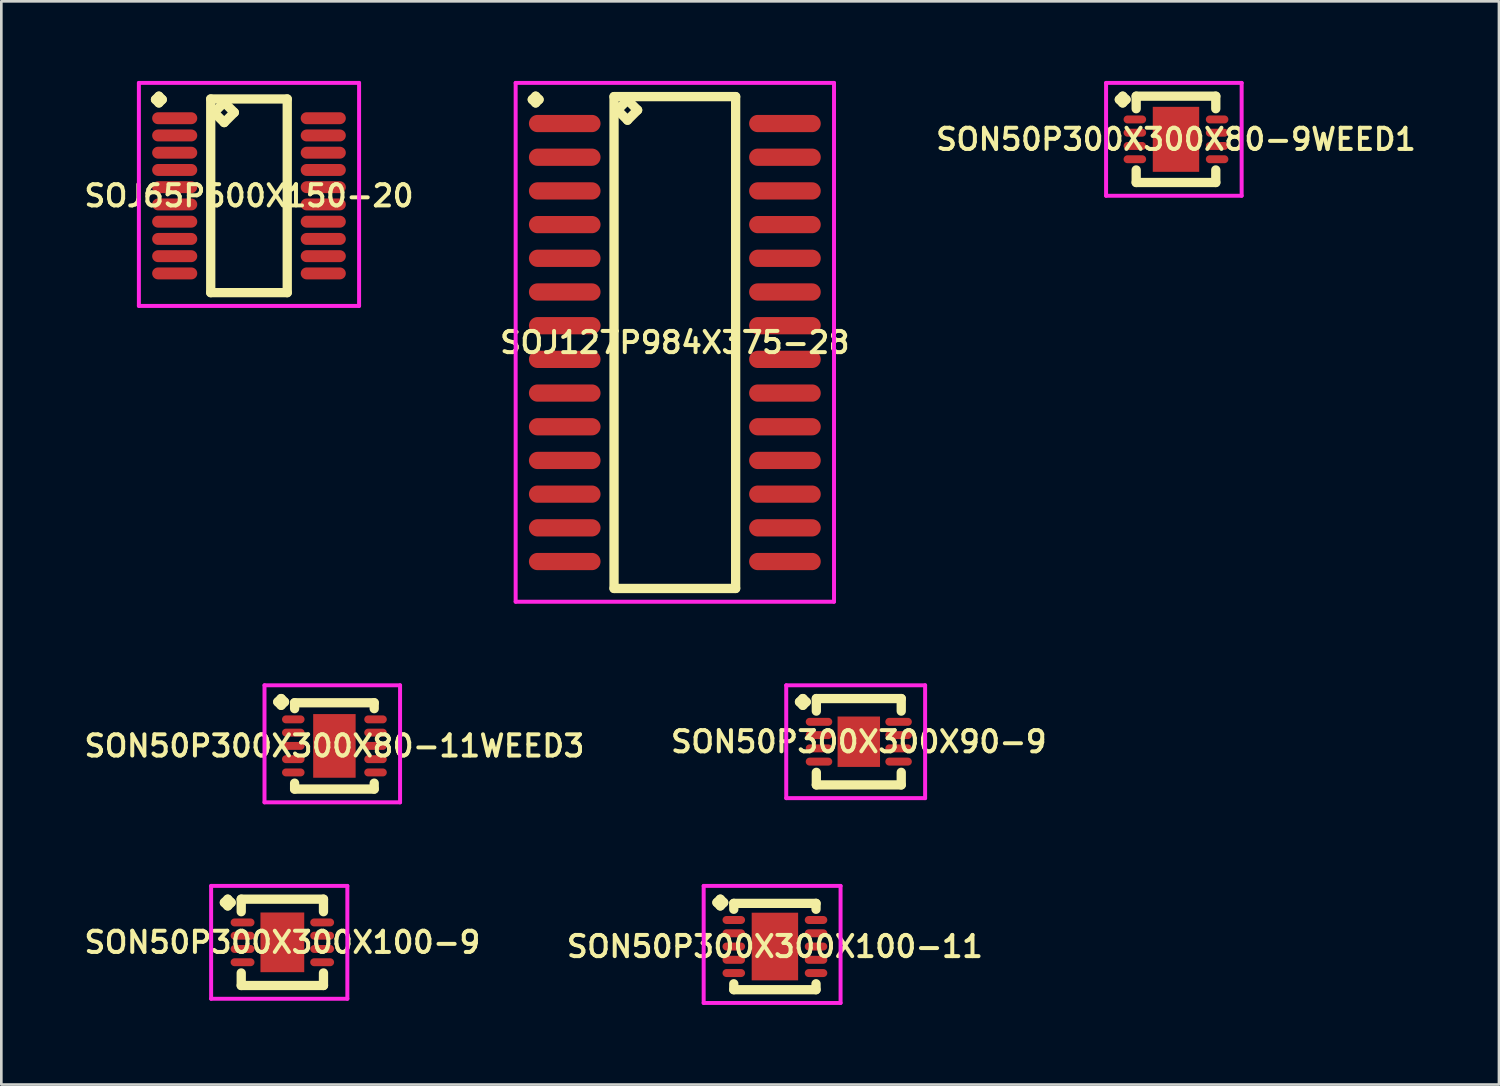
<source format=kicad_pcb>
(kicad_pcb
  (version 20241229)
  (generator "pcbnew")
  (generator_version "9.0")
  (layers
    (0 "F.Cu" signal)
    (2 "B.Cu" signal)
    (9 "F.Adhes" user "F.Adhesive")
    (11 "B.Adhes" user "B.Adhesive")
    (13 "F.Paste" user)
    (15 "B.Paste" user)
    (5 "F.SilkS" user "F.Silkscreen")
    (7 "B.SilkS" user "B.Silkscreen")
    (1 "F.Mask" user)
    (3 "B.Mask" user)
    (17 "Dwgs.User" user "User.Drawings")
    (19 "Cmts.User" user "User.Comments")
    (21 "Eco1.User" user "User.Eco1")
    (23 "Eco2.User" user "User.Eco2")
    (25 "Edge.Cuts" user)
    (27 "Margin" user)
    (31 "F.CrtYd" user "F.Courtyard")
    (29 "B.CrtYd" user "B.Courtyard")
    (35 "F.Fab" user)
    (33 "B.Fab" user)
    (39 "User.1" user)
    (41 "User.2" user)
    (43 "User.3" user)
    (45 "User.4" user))
  (footprint "SON50P300X300X100-11"
    (layer "F.Cu")
    (at 26.159 32.628)
    (property "Reference" "SON50P300X300X100-11" (at 0 0 0) (layer "F.SilkS") (effects (font (size 0.8 0.8) (thickness 0.15))))
    (attr smd)
    (fp_line (start -2.185 -1.658) (end -2.058 -1.785) (stroke (width 0.35) (type solid)) (layer "F.SilkS"))
    (fp_line (start -2.058 -1.785) (end -1.931 -1.658) (stroke (width 0.35) (type solid)) (layer "F.SilkS"))
    (fp_line (start -2.058 -1.531) (end -2.185 -1.658) (stroke (width 0.35) (type solid)) (layer "F.SilkS"))
    (fp_line (start -1.931 -1.658) (end -2.058 -1.531) (stroke (width 0.35) (type solid)) (layer "F.SilkS"))
    (fp_line (start -1.55 -1.627) (end 1.55 -1.627) (stroke (width 0.35) (type solid)) (layer "F.SilkS"))
    (fp_line (start -1.55 -1.404) (end -1.55 -1.627) (stroke (width 0.35) (type solid)) (layer "F.SilkS"))
    (fp_line (start -1.55 1.404) (end -1.55 1.627) (stroke (width 0.35) (type solid)) (layer "F.SilkS"))
    (fp_line (start -1.55 1.627) (end 1.55 1.627) (stroke (width 0.35) (type solid)) (layer "F.SilkS"))
    (fp_line (start 1.55 -1.627) (end 1.55 -1.404) (stroke (width 0.35) (type solid)) (layer "F.SilkS"))
    (fp_line (start 1.55 1.627) (end 1.55 1.404) (stroke (width 0.35) (type solid)) (layer "F.SilkS"))
    (fp_line (start -2.685 -2.285) (end 2.475 -2.285) (stroke (width 0.15) (type solid)) (layer "F.CrtYd"))
    (fp_line (start -2.685 2.127) (end -2.685 -2.285) (stroke (width 0.15) (type solid)) (layer "F.CrtYd"))
    (fp_line (start 2.475 -2.285) (end 2.475 2.127) (stroke (width 0.15) (type solid)) (layer "F.CrtYd"))
    (fp_line (start 2.475 2.127) (end -2.685 2.127) (stroke (width 0.15) (type solid)) (layer "F.CrtYd"))
    (pad "1" smd oval (at -1.55 -1) (size 0.85 0.3) (layers "F.Cu" "F.Mask" "F.Paste"))
    (pad "2" smd oval (at -1.55 -0.5) (size 0.85 0.3) (layers "F.Cu" "F.Mask" "F.Paste"))
    (pad "3" smd oval (at -1.55 0) (size 0.85 0.3) (layers "F.Cu" "F.Mask" "F.Paste"))
    (pad "4" smd oval (at -1.55 0.5) (size 0.85 0.3) (layers "F.Cu" "F.Mask" "F.Paste"))
    (pad "5" smd oval (at -1.55 1) (size 0.85 0.3) (layers "F.Cu" "F.Mask" "F.Paste"))
    (pad "6" smd oval (at 1.55 1) (size 0.85 0.3) (layers "F.Cu" "F.Mask" "F.Paste"))
    (pad "7" smd oval (at 1.55 0.5) (size 0.85 0.3) (layers "F.Cu" "F.Mask" "F.Paste"))
    (pad "8" smd oval (at 1.55 0) (size 0.85 0.3) (layers "F.Cu" "F.Mask" "F.Paste"))
    (pad "9" smd oval (at 1.55 -0.5) (size 0.85 0.3) (layers "F.Cu" "F.Mask" "F.Paste"))
    (pad "10" smd oval (at 1.55 -1) (size 0.85 0.3) (layers "F.Cu" "F.Mask" "F.Paste"))
    (pad "11" smd rect (at 0 0) (size 1.75 2.55) (layers "F.Cu" "F.Mask" "F.Paste")))
  (footprint "SON50P300X300X90-9"
    (layer "F.Cu")
    (at 29.321 24.908)
    (property "Reference" "SON50P300X300X90-9" (at 0 0 0) (layer "F.SilkS") (effects (font (size 0.8 0.8) (thickness 0.15))))
    (attr smd)
    (fp_line (start -2.235 -1.5) (end -2.108 -1.627) (stroke (width 0.35) (type solid)) (layer "F.SilkS"))
    (fp_line (start -2.108 -1.627) (end -1.981 -1.5) (stroke (width 0.35) (type solid)) (layer "F.SilkS"))
    (fp_line (start -2.108 -1.373) (end -2.235 -1.5) (stroke (width 0.35) (type solid)) (layer "F.SilkS"))
    (fp_line (start -1.981 -1.5) (end -2.108 -1.373) (stroke (width 0.35) (type solid)) (layer "F.SilkS"))
    (fp_line (start -1.6 -1.627) (end 1.6 -1.627) (stroke (width 0.35) (type solid)) (layer "F.SilkS"))
    (fp_line (start -1.6 -1.154) (end -1.6 -1.627) (stroke (width 0.35) (type solid)) (layer "F.SilkS"))
    (fp_line (start -1.6 1.154) (end -1.6 1.627) (stroke (width 0.35) (type solid)) (layer "F.SilkS"))
    (fp_line (start -1.6 1.627) (end 1.6 1.627) (stroke (width 0.35) (type solid)) (layer "F.SilkS"))
    (fp_line (start 1.6 -1.627) (end 1.6 -1.154) (stroke (width 0.35) (type solid)) (layer "F.SilkS"))
    (fp_line (start 1.6 1.627) (end 1.6 1.154) (stroke (width 0.35) (type solid)) (layer "F.SilkS"))
    (fp_line (start -2.735 -2.127) (end 2.5 -2.127) (stroke (width 0.15) (type solid)) (layer "F.CrtYd"))
    (fp_line (start -2.735 2.127) (end -2.735 -2.127) (stroke (width 0.15) (type solid)) (layer "F.CrtYd"))
    (fp_line (start 2.5 -2.127) (end 2.5 2.127) (stroke (width 0.15) (type solid)) (layer "F.CrtYd"))
    (fp_line (start 2.5 2.127) (end -2.735 2.127) (stroke (width 0.15) (type solid)) (layer "F.CrtYd"))
    (pad "1" smd oval (at -1.5 -0.75) (size 1 0.3) (layers "F.Cu" "F.Mask" "F.Paste"))
    (pad "2" smd oval (at -1.5 -0.25) (size 1 0.3) (layers "F.Cu" "F.Mask" "F.Paste"))
    (pad "3" smd oval (at -1.5 0.25) (size 1 0.3) (layers "F.Cu" "F.Mask" "F.Paste"))
    (pad "4" smd oval (at -1.5 0.75) (size 1 0.3) (layers "F.Cu" "F.Mask" "F.Paste"))
    (pad "5" smd oval (at 1.5 0.75) (size 1 0.3) (layers "F.Cu" "F.Mask" "F.Paste"))
    (pad "6" smd oval (at 1.5 0.25) (size 1 0.3) (layers "F.Cu" "F.Mask" "F.Paste"))
    (pad "7" smd oval (at 1.5 -0.25) (size 1 0.3) (layers "F.Cu" "F.Mask" "F.Paste"))
    (pad "8" smd oval (at 1.5 -0.75) (size 1 0.3) (layers "F.Cu" "F.Mask" "F.Paste"))
    (pad "9" smd rect (at 0 0) (size 1.6 1.9) (layers "F.Cu" "F.Mask" "F.Paste")))
  (footprint "SON50P300X300X80-9WEED1"
    (layer "F.Cu")
    (at 41.277 2.202)
    (property "Reference" "SON50P300X300X80-9WEED1" (at 0 0 0) (layer "F.SilkS") (effects (font (size 0.8 0.8) (thickness 0.15))))
    (attr smd)
    (fp_line (start -2.135 -1.5) (end -2.008 -1.627) (stroke (width 0.35) (type solid)) (layer "F.SilkS"))
    (fp_line (start -2.008 -1.627) (end -1.881 -1.5) (stroke (width 0.35) (type solid)) (layer "F.SilkS"))
    (fp_line (start -2.008 -1.373) (end -2.135 -1.5) (stroke (width 0.35) (type solid)) (layer "F.SilkS"))
    (fp_line (start -1.881 -1.5) (end -2.008 -1.373) (stroke (width 0.35) (type solid)) (layer "F.SilkS"))
    (fp_line (start -1.5 -1.627) (end 1.5 -1.627) (stroke (width 0.35) (type solid)) (layer "F.SilkS"))
    (fp_line (start -1.5 -1.154) (end -1.5 -1.627) (stroke (width 0.35) (type solid)) (layer "F.SilkS"))
    (fp_line (start -1.5 1.154) (end -1.5 1.627) (stroke (width 0.35) (type solid)) (layer "F.SilkS"))
    (fp_line (start -1.5 1.627) (end 1.5 1.627) (stroke (width 0.35) (type solid)) (layer "F.SilkS"))
    (fp_line (start 1.5 -1.627) (end 1.5 -1.154) (stroke (width 0.35) (type solid)) (layer "F.SilkS"))
    (fp_line (start 1.5 1.627) (end 1.5 1.154) (stroke (width 0.35) (type solid)) (layer "F.SilkS"))
    (fp_line (start -2.635 -2.127) (end 2.475 -2.127) (stroke (width 0.15) (type solid)) (layer "F.CrtYd"))
    (fp_line (start -2.635 2.127) (end -2.635 -2.127) (stroke (width 0.15) (type solid)) (layer "F.CrtYd"))
    (fp_line (start 2.475 -2.127) (end 2.475 2.127) (stroke (width 0.15) (type solid)) (layer "F.CrtYd"))
    (fp_line (start 2.475 2.127) (end -2.635 2.127) (stroke (width 0.15) (type solid)) (layer "F.CrtYd"))
    (pad "1" smd oval (at -1.55 -0.75) (size 0.85 0.3) (layers "F.Cu" "F.Mask" "F.Paste"))
    (pad "2" smd oval (at -1.55 -0.25) (size 0.85 0.3) (layers "F.Cu" "F.Mask" "F.Paste"))
    (pad "3" smd oval (at -1.55 0.25) (size 0.85 0.3) (layers "F.Cu" "F.Mask" "F.Paste"))
    (pad "4" smd oval (at -1.55 0.75) (size 0.85 0.3) (layers "F.Cu" "F.Mask" "F.Paste"))
    (pad "5" smd oval (at 1.55 0.75) (size 0.85 0.3) (layers "F.Cu" "F.Mask" "F.Paste"))
    (pad "6" smd oval (at 1.55 0.25) (size 0.85 0.3) (layers "F.Cu" "F.Mask" "F.Paste"))
    (pad "7" smd oval (at 1.55 -0.25) (size 0.85 0.3) (layers "F.Cu" "F.Mask" "F.Paste"))
    (pad "8" smd oval (at 1.55 -0.75) (size 0.85 0.3) (layers "F.Cu" "F.Mask" "F.Paste"))
    (pad "9" smd rect (at 0 0) (size 1.75 2.45) (layers "F.Cu" "F.Mask" "F.Paste")))
  (footprint "SON50P300X300X100-9"
    (layer "F.Cu")
    (at 7.593 32.47)
    (property "Reference" "SON50P300X300X100-9" (at 0 0 0) (layer "F.SilkS") (effects (font (size 0.8 0.8) (thickness 0.15))))
    (attr smd)
    (fp_line (start -2.185 -1.5) (end -2.058 -1.627) (stroke (width 0.35) (type solid)) (layer "F.SilkS"))
    (fp_line (start -2.058 -1.627) (end -1.931 -1.5) (stroke (width 0.35) (type solid)) (layer "F.SilkS"))
    (fp_line (start -2.058 -1.373) (end -2.185 -1.5) (stroke (width 0.35) (type solid)) (layer "F.SilkS"))
    (fp_line (start -1.931 -1.5) (end -2.058 -1.373) (stroke (width 0.35) (type solid)) (layer "F.SilkS"))
    (fp_line (start -1.55 -1.627) (end 1.55 -1.627) (stroke (width 0.35) (type solid)) (layer "F.SilkS"))
    (fp_line (start -1.55 -1.154) (end -1.55 -1.627) (stroke (width 0.35) (type solid)) (layer "F.SilkS"))
    (fp_line (start -1.55 1.154) (end -1.55 1.627) (stroke (width 0.35) (type solid)) (layer "F.SilkS"))
    (fp_line (start -1.55 1.627) (end 1.55 1.627) (stroke (width 0.35) (type solid)) (layer "F.SilkS"))
    (fp_line (start 1.55 -1.627) (end 1.55 -1.154) (stroke (width 0.35) (type solid)) (layer "F.SilkS"))
    (fp_line (start 1.55 1.627) (end 1.55 1.154) (stroke (width 0.35) (type solid)) (layer "F.SilkS"))
    (fp_line (start -2.685 -2.127) (end 2.45 -2.127) (stroke (width 0.15) (type solid)) (layer "F.CrtYd"))
    (fp_line (start -2.685 2.127) (end -2.685 -2.127) (stroke (width 0.15) (type solid)) (layer "F.CrtYd"))
    (fp_line (start 2.45 -2.127) (end 2.45 2.127) (stroke (width 0.15) (type solid)) (layer "F.CrtYd"))
    (fp_line (start 2.45 2.127) (end -2.685 2.127) (stroke (width 0.15) (type solid)) (layer "F.CrtYd"))
    (pad "1" smd oval (at -1.5 -0.75) (size 0.9 0.3) (layers "F.Cu" "F.Mask" "F.Paste"))
    (pad "2" smd oval (at -1.5 -0.25) (size 0.9 0.3) (layers "F.Cu" "F.Mask" "F.Paste"))
    (pad "3" smd oval (at -1.5 0.25) (size 0.9 0.3) (layers "F.Cu" "F.Mask" "F.Paste"))
    (pad "4" smd oval (at -1.5 0.75) (size 0.9 0.3) (layers "F.Cu" "F.Mask" "F.Paste"))
    (pad "5" smd oval (at 1.5 0.75) (size 0.9 0.3) (layers "F.Cu" "F.Mask" "F.Paste"))
    (pad "6" smd oval (at 1.5 0.25) (size 0.9 0.3) (layers "F.Cu" "F.Mask" "F.Paste"))
    (pad "7" smd oval (at 1.5 -0.25) (size 0.9 0.3) (layers "F.Cu" "F.Mask" "F.Paste"))
    (pad "8" smd oval (at 1.5 -0.75) (size 0.9 0.3) (layers "F.Cu" "F.Mask" "F.Paste"))
    (pad "9" smd rect (at 0 0) (size 1.65 2.25) (layers "F.Cu" "F.Mask" "F.Paste")))
  (footprint "SON50P300X300X80-11WEED3"
    (layer "F.Cu")
    (at 9.555 25.066)
    (property "Reference" "SON50P300X300X80-11WEED3" (at 0 0 0) (layer "F.SilkS") (effects (font (size 0.8 0.8) (thickness 0.15))))
    (attr smd)
    (fp_line (start -2.135 -1.658) (end -2.008 -1.785) (stroke (width 0.35) (type solid)) (layer "F.SilkS"))
    (fp_line (start -2.008 -1.785) (end -1.881 -1.658) (stroke (width 0.35) (type solid)) (layer "F.SilkS"))
    (fp_line (start -2.008 -1.531) (end -2.135 -1.658) (stroke (width 0.35) (type solid)) (layer "F.SilkS"))
    (fp_line (start -1.881 -1.658) (end -2.008 -1.531) (stroke (width 0.35) (type solid)) (layer "F.SilkS"))
    (fp_line (start -1.5 -1.627) (end 1.5 -1.627) (stroke (width 0.35) (type solid)) (layer "F.SilkS"))
    (fp_line (start -1.5 -1.404) (end -1.5 -1.627) (stroke (width 0.35) (type solid)) (layer "F.SilkS"))
    (fp_line (start -1.5 1.404) (end -1.5 1.627) (stroke (width 0.35) (type solid)) (layer "F.SilkS"))
    (fp_line (start -1.5 1.627) (end 1.5 1.627) (stroke (width 0.35) (type solid)) (layer "F.SilkS"))
    (fp_line (start 1.5 -1.627) (end 1.5 -1.404) (stroke (width 0.35) (type solid)) (layer "F.SilkS"))
    (fp_line (start 1.5 1.627) (end 1.5 1.404) (stroke (width 0.35) (type solid)) (layer "F.SilkS"))
    (fp_line (start -2.635 -2.285) (end 2.475 -2.285) (stroke (width 0.15) (type solid)) (layer "F.CrtYd"))
    (fp_line (start -2.635 2.127) (end -2.635 -2.285) (stroke (width 0.15) (type solid)) (layer "F.CrtYd"))
    (fp_line (start 2.475 -2.285) (end 2.475 2.127) (stroke (width 0.15) (type solid)) (layer "F.CrtYd"))
    (fp_line (start 2.475 2.127) (end -2.635 2.127) (stroke (width 0.15) (type solid)) (layer "F.CrtYd"))
    (pad "1" smd oval (at -1.55 -1) (size 0.85 0.3) (layers "F.Cu" "F.Mask" "F.Paste"))
    (pad "2" smd oval (at -1.55 -0.5) (size 0.85 0.3) (layers "F.Cu" "F.Mask" "F.Paste"))
    (pad "3" smd oval (at -1.55 0) (size 0.85 0.3) (layers "F.Cu" "F.Mask" "F.Paste"))
    (pad "4" smd oval (at -1.55 0.5) (size 0.85 0.3) (layers "F.Cu" "F.Mask" "F.Paste"))
    (pad "5" smd oval (at -1.55 1) (size 0.85 0.3) (layers "F.Cu" "F.Mask" "F.Paste"))
    (pad "6" smd oval (at 1.55 1) (size 0.85 0.3) (layers "F.Cu" "F.Mask" "F.Paste"))
    (pad "7" smd oval (at 1.55 0.5) (size 0.85 0.3) (layers "F.Cu" "F.Mask" "F.Paste"))
    (pad "8" smd oval (at 1.55 0) (size 0.85 0.3) (layers "F.Cu" "F.Mask" "F.Paste"))
    (pad "9" smd oval (at 1.55 -0.5) (size 0.85 0.3) (layers "F.Cu" "F.Mask" "F.Paste"))
    (pad "10" smd oval (at 1.55 -1) (size 0.85 0.3) (layers "F.Cu" "F.Mask" "F.Paste"))
    (pad "11" smd rect (at 0 0) (size 1.6 2.4) (layers "F.Cu" "F.Mask" "F.Paste")))
  (footprint "SOJ65P600X150-20"
    (layer "F.Cu")
    (at 6.335 4.331)
    (property "Reference" "SOJ65P600X150-20" (at 0 0 0) (layer "F.SilkS") (effects (font (size 0.8 0.8) (thickness 0.15))))
    (attr smd)
    (fp_line (start -3.523 -3.629) (end -3.396 -3.756) (stroke (width 0.35) (type solid)) (layer "F.SilkS"))
    (fp_line (start -3.396 -3.756) (end -3.269 -3.629) (stroke (width 0.35) (type solid)) (layer "F.SilkS"))
    (fp_line (start -3.396 -3.502) (end -3.523 -3.629) (stroke (width 0.35) (type solid)) (layer "F.SilkS"))
    (fp_line (start -3.269 -3.629) (end -3.396 -3.502) (stroke (width 0.35) (type solid)) (layer "F.SilkS"))
    (fp_line (start -1.442 -3.65) (end -1.442 3.65) (stroke (width 0.35) (type solid)) (layer "F.SilkS"))
    (fp_line (start -1.442 3.65) (end 1.442 3.65) (stroke (width 0.35) (type solid)) (layer "F.SilkS"))
    (fp_line (start -1.315 -3.142) (end -0.934 -3.523) (stroke (width 0.35) (type solid)) (layer "F.SilkS"))
    (fp_line (start -0.934 -3.523) (end -0.553 -3.142) (stroke (width 0.35) (type solid)) (layer "F.SilkS"))
    (fp_line (start -0.934 -2.761) (end -1.315 -3.142) (stroke (width 0.35) (type solid)) (layer "F.SilkS"))
    (fp_line (start -0.553 -3.142) (end -0.934 -2.761) (stroke (width 0.35) (type solid)) (layer "F.SilkS"))
    (fp_line (start 1.442 -3.65) (end -1.442 -3.65) (stroke (width 0.35) (type solid)) (layer "F.SilkS"))
    (fp_line (start 1.442 3.65) (end 1.442 -3.65) (stroke (width 0.35) (type solid)) (layer "F.SilkS"))
    (fp_line (start -4.15 -4.256) (end 4.15 -4.256) (stroke (width 0.15) (type solid)) (layer "F.CrtYd"))
    (fp_line (start -4.15 4.15) (end -4.15 -4.256) (stroke (width 0.15) (type solid)) (layer "F.CrtYd"))
    (fp_line (start 4.15 -4.256) (end 4.15 4.15) (stroke (width 0.15) (type solid)) (layer "F.CrtYd"))
    (fp_line (start 4.15 4.15) (end -4.15 4.15) (stroke (width 0.15) (type solid)) (layer "F.CrtYd"))
    (pad "1" smd oval (at -2.8 -2.925) (size 1.7 0.45) (layers "F.Cu" "F.Mask" "F.Paste"))
    (pad "2" smd oval (at -2.8 -2.275) (size 1.7 0.45) (layers "F.Cu" "F.Mask" "F.Paste"))
    (pad "3" smd oval (at -2.8 -1.625) (size 1.7 0.45) (layers "F.Cu" "F.Mask" "F.Paste"))
    (pad "4" smd oval (at -2.8 -0.975) (size 1.7 0.45) (layers "F.Cu" "F.Mask" "F.Paste"))
    (pad "5" smd oval (at -2.8 -0.325) (size 1.7 0.45) (layers "F.Cu" "F.Mask" "F.Paste"))
    (pad "6" smd oval (at -2.8 0.325) (size 1.7 0.45) (layers "F.Cu" "F.Mask" "F.Paste"))
    (pad "7" smd oval (at -2.8 0.975) (size 1.7 0.45) (layers "F.Cu" "F.Mask" "F.Paste"))
    (pad "8" smd oval (at -2.8 1.625) (size 1.7 0.45) (layers "F.Cu" "F.Mask" "F.Paste"))
    (pad "9" smd oval (at -2.8 2.275) (size 1.7 0.45) (layers "F.Cu" "F.Mask" "F.Paste"))
    (pad "10" smd oval (at -2.8 2.925) (size 1.7 0.45) (layers "F.Cu" "F.Mask" "F.Paste"))
    (pad "11" smd oval (at 2.8 2.925) (size 1.7 0.45) (layers "F.Cu" "F.Mask" "F.Paste"))
    (pad "12" smd oval (at 2.8 2.275) (size 1.7 0.45) (layers "F.Cu" "F.Mask" "F.Paste"))
    (pad "13" smd oval (at 2.8 1.625) (size 1.7 0.45) (layers "F.Cu" "F.Mask" "F.Paste"))
    (pad "14" smd oval (at 2.8 0.975) (size 1.7 0.45) (layers "F.Cu" "F.Mask" "F.Paste"))
    (pad "15" smd oval (at 2.8 0.325) (size 1.7 0.45) (layers "F.Cu" "F.Mask" "F.Paste"))
    (pad "16" smd oval (at 2.8 -0.325) (size 1.7 0.45) (layers "F.Cu" "F.Mask" "F.Paste"))
    (pad "17" smd oval (at 2.8 -0.975) (size 1.7 0.45) (layers "F.Cu" "F.Mask" "F.Paste"))
    (pad "18" smd oval (at 2.8 -1.625) (size 1.7 0.45) (layers "F.Cu" "F.Mask" "F.Paste"))
    (pad "19" smd oval (at 2.8 -2.275) (size 1.7 0.45) (layers "F.Cu" "F.Mask" "F.Paste"))
    (pad "20" smd oval (at 2.8 -2.925) (size 1.7 0.45) (layers "F.Cu" "F.Mask" "F.Paste")))
  (footprint "SOJ127P984X375-28"
    (layer "F.Cu")
    (at 22.387 9.861)
    (property "Reference" "SOJ127P984X375-28" (at 0 0 0) (layer "F.SilkS") (effects (font (size 0.8 0.8) (thickness 0.15))))
    (attr smd)
    (fp_line (start -5.373 -9.159) (end -5.246 -9.286) (stroke (width 0.35) (type solid)) (layer "F.SilkS"))
    (fp_line (start -5.246 -9.286) (end -5.119 -9.159) (stroke (width 0.35) (type solid)) (layer "F.SilkS"))
    (fp_line (start -5.246 -9.032) (end -5.373 -9.159) (stroke (width 0.35) (type solid)) (layer "F.SilkS"))
    (fp_line (start -5.119 -9.159) (end -5.246 -9.032) (stroke (width 0.35) (type solid)) (layer "F.SilkS"))
    (fp_line (start -2.292 -9.27) (end -2.292 9.27) (stroke (width 0.35) (type solid)) (layer "F.SilkS"))
    (fp_line (start -2.292 9.27) (end 2.292 9.27) (stroke (width 0.35) (type solid)) (layer "F.SilkS"))
    (fp_line (start -2.165 -8.762) (end -1.784 -9.143) (stroke (width 0.35) (type solid)) (layer "F.SilkS"))
    (fp_line (start -1.784 -9.143) (end -1.403 -8.762) (stroke (width 0.35) (type solid)) (layer "F.SilkS"))
    (fp_line (start -1.784 -8.381) (end -2.165 -8.762) (stroke (width 0.35) (type solid)) (layer "F.SilkS"))
    (fp_line (start -1.403 -8.762) (end -1.784 -8.381) (stroke (width 0.35) (type solid)) (layer "F.SilkS"))
    (fp_line (start 2.292 -9.27) (end -2.292 -9.27) (stroke (width 0.35) (type solid)) (layer "F.SilkS"))
    (fp_line (start 2.292 9.27) (end 2.292 -9.27) (stroke (width 0.35) (type solid)) (layer "F.SilkS"))
    (fp_line (start -6 -9.786) (end 6 -9.786) (stroke (width 0.15) (type solid)) (layer "F.CrtYd"))
    (fp_line (start -6 9.77) (end -6 -9.786) (stroke (width 0.15) (type solid)) (layer "F.CrtYd"))
    (fp_line (start 6 -9.786) (end 6 9.77) (stroke (width 0.15) (type solid)) (layer "F.CrtYd"))
    (fp_line (start 6 9.77) (end -6 9.77) (stroke (width 0.15) (type solid)) (layer "F.CrtYd"))
    (pad "1" smd oval (at -4.15 -8.255) (size 2.7 0.65) (layers "F.Cu" "F.Mask" "F.Paste"))
    (pad "2" smd oval (at -4.15 -6.985) (size 2.7 0.65) (layers "F.Cu" "F.Mask" "F.Paste"))
    (pad "3" smd oval (at -4.15 -5.715) (size 2.7 0.65) (layers "F.Cu" "F.Mask" "F.Paste"))
    (pad "4" smd oval (at -4.15 -4.445) (size 2.7 0.65) (layers "F.Cu" "F.Mask" "F.Paste"))
    (pad "5" smd oval (at -4.15 -3.175) (size 2.7 0.65) (layers "F.Cu" "F.Mask" "F.Paste"))
    (pad "6" smd oval (at -4.15 -1.905) (size 2.7 0.65) (layers "F.Cu" "F.Mask" "F.Paste"))
    (pad "7" smd oval (at -4.15 -0.635) (size 2.7 0.65) (layers "F.Cu" "F.Mask" "F.Paste"))
    (pad "8" smd oval (at -4.15 0.635) (size 2.7 0.65) (layers "F.Cu" "F.Mask" "F.Paste"))
    (pad "9" smd oval (at -4.15 1.905) (size 2.7 0.65) (layers "F.Cu" "F.Mask" "F.Paste"))
    (pad "10" smd oval (at -4.15 3.175) (size 2.7 0.65) (layers "F.Cu" "F.Mask" "F.Paste"))
    (pad "11" smd oval (at -4.15 4.445) (size 2.7 0.65) (layers "F.Cu" "F.Mask" "F.Paste"))
    (pad "12" smd oval (at -4.15 5.715) (size 2.7 0.65) (layers "F.Cu" "F.Mask" "F.Paste"))
    (pad "13" smd oval (at -4.15 6.985) (size 2.7 0.65) (layers "F.Cu" "F.Mask" "F.Paste"))
    (pad "14" smd oval (at -4.15 8.255) (size 2.7 0.65) (layers "F.Cu" "F.Mask" "F.Paste"))
    (pad "15" smd oval (at 4.15 8.255) (size 2.7 0.65) (layers "F.Cu" "F.Mask" "F.Paste"))
    (pad "16" smd oval (at 4.15 6.985) (size 2.7 0.65) (layers "F.Cu" "F.Mask" "F.Paste"))
    (pad "17" smd oval (at 4.15 5.715) (size 2.7 0.65) (layers "F.Cu" "F.Mask" "F.Paste"))
    (pad "18" smd oval (at 4.15 4.445) (size 2.7 0.65) (layers "F.Cu" "F.Mask" "F.Paste"))
    (pad "19" smd oval (at 4.15 3.175) (size 2.7 0.65) (layers "F.Cu" "F.Mask" "F.Paste"))
    (pad "20" smd oval (at 4.15 1.905) (size 2.7 0.65) (layers "F.Cu" "F.Mask" "F.Paste"))
    (pad "21" smd oval (at 4.15 0.635) (size 2.7 0.65) (layers "F.Cu" "F.Mask" "F.Paste"))
    (pad "22" smd oval (at 4.15 -0.635) (size 2.7 0.65) (layers "F.Cu" "F.Mask" "F.Paste"))
    (pad "23" smd oval (at 4.15 -1.905) (size 2.7 0.65) (layers "F.Cu" "F.Mask" "F.Paste"))
    (pad "24" smd oval (at 4.15 -3.175) (size 2.7 0.65) (layers "F.Cu" "F.Mask" "F.Paste"))
    (pad "25" smd oval (at 4.15 -4.445) (size 2.7 0.65) (layers "F.Cu" "F.Mask" "F.Paste"))
    (pad "26" smd oval (at 4.15 -5.715) (size 2.7 0.65) (layers "F.Cu" "F.Mask" "F.Paste"))
    (pad "27" smd oval (at 4.15 -6.985) (size 2.7 0.65) (layers "F.Cu" "F.Mask" "F.Paste"))
    (pad "28" smd oval (at 4.15 -8.255) (size 2.7 0.65) (layers "F.Cu" "F.Mask" "F.Paste")))
  (gr_rect
    (start -3 -3)
    (end 53.451 37.83)
    (stroke (width 0.1) (type default))
    (fill no)
    (layer "Edge.Cuts")))
</source>
